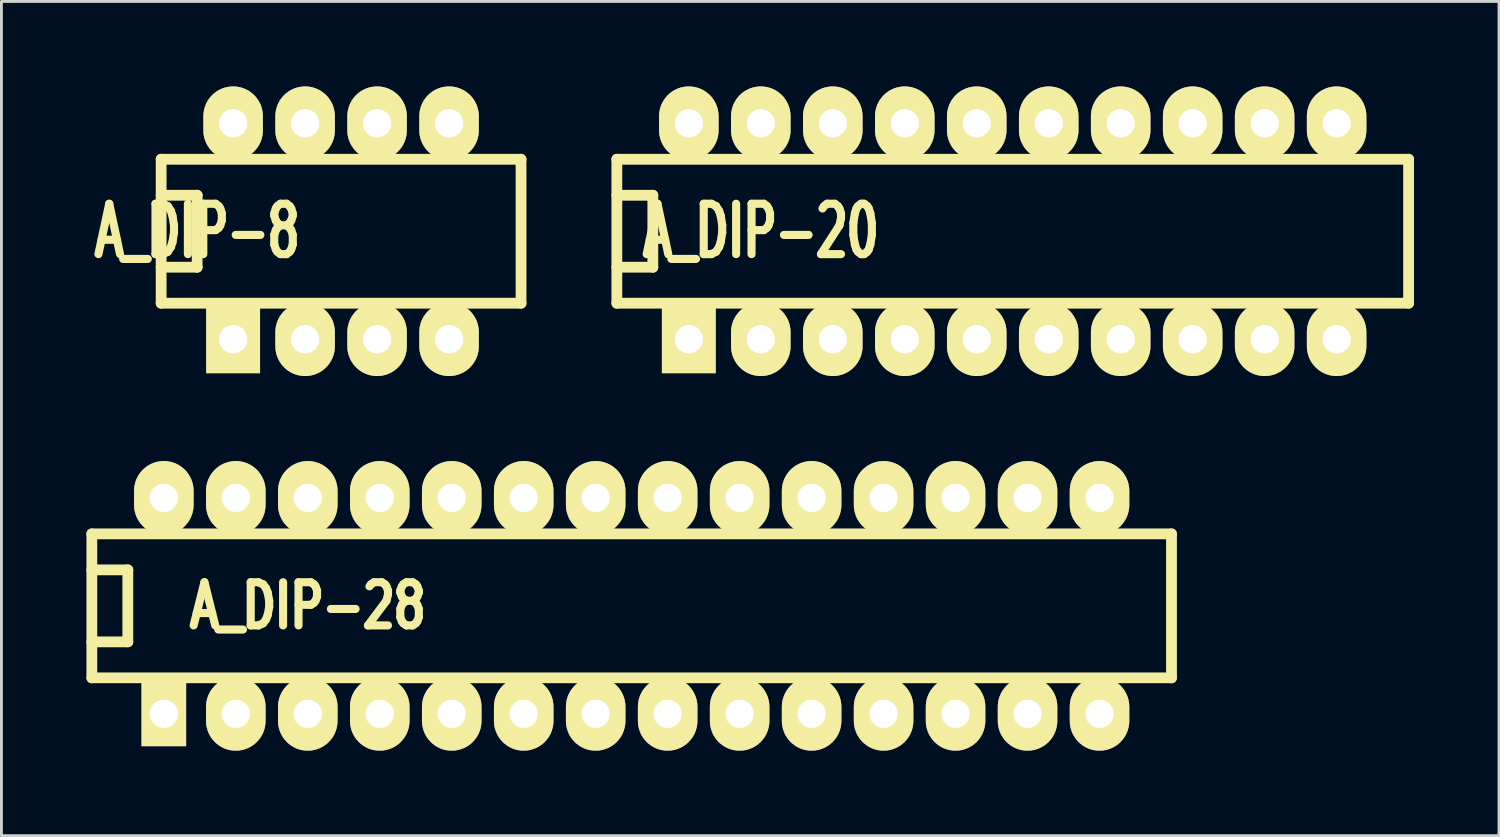
<source format=kicad_pcb>
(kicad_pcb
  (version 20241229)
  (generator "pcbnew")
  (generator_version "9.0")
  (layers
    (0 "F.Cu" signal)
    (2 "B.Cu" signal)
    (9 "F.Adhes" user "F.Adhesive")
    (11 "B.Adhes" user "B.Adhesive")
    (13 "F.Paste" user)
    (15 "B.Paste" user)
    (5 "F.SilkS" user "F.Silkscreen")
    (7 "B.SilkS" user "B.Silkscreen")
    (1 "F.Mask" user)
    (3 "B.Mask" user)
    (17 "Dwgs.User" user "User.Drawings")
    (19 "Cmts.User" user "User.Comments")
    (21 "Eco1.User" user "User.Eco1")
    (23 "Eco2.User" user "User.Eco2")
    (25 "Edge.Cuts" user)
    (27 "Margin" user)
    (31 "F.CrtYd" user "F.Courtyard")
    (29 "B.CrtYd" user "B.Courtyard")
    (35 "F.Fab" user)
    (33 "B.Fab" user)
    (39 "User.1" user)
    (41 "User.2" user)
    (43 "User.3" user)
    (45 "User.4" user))
  (footprint "A_DIP-20"
    (layer "F.Cu")
    (at 32.688 5.11)
    (property "Reference" "A_DIP-20" (at -8.89 0 0) (layer "F.SilkS") (effects (font (size 1.778 1.143) (thickness 0.286))))
    (attr through_hole)
    (fp_line (start -13.97 -2.54) (end 13.97 -2.54) (stroke (width 0.381) (type solid)) (layer "F.SilkS"))
    (fp_line (start -13.97 -1.27) (end -12.7 -1.27) (stroke (width 0.381) (type solid)) (layer "F.SilkS"))
    (fp_line (start -13.97 2.54) (end -13.97 -2.54) (stroke (width 0.381) (type solid)) (layer "F.SilkS"))
    (fp_line (start -12.7 -1.27) (end -12.7 1.27) (stroke (width 0.381) (type solid)) (layer "F.SilkS"))
    (fp_line (start -12.7 1.27) (end -13.97 1.27) (stroke (width 0.381) (type solid)) (layer "F.SilkS"))
    (fp_line (start 13.97 -2.54) (end 13.97 2.54) (stroke (width 0.381) (type solid)) (layer "F.SilkS"))
    (fp_line (start 13.97 2.54) (end -13.97 2.54) (stroke (width 0.381) (type solid)) (layer "F.SilkS"))
    (pad "1" thru_hole rect (at -11.43 3.81) (size 1.9 2.4) (drill 1) (layers "*.Cu" "*.Mask" "F.SilkS"))
    (pad "2" thru_hole oval (at -8.89 3.81) (size 2.1 2.6) (drill 1) (layers "*.Cu" "*.Mask" "F.SilkS"))
    (pad "3" thru_hole oval (at -6.35 3.81) (size 2.1 2.6) (drill 1) (layers "*.Cu" "*.Mask" "F.SilkS"))
    (pad "4" thru_hole oval (at -3.81 3.81) (size 2.1 2.6) (drill 1) (layers "*.Cu" "*.Mask" "F.SilkS"))
    (pad "5" thru_hole oval (at -1.27 3.81) (size 2.1 2.6) (drill 1) (layers "*.Cu" "*.Mask" "F.SilkS"))
    (pad "6" thru_hole oval (at 1.27 3.81) (size 2.1 2.6) (drill 1) (layers "*.Cu" "*.Mask" "F.SilkS"))
    (pad "7" thru_hole oval (at 3.81 3.81) (size 2.1 2.6) (drill 1) (layers "*.Cu" "*.Mask" "F.SilkS"))
    (pad "8" thru_hole oval (at 6.35 3.81) (size 2.1 2.6) (drill 1) (layers "*.Cu" "*.Mask" "F.SilkS"))
    (pad "9" thru_hole oval (at 8.89 3.81) (size 2.1 2.6) (drill 1) (layers "*.Cu" "*.Mask" "F.SilkS"))
    (pad "10" thru_hole oval (at 11.43 3.81) (size 2.1 2.6) (drill 1) (layers "*.Cu" "*.Mask" "F.SilkS"))
    (pad "11" thru_hole oval (at 11.43 -3.81) (size 2.1 2.6) (drill 1) (layers "*.Cu" "*.Mask" "F.SilkS"))
    (pad "12" thru_hole oval (at 8.89 -3.81) (size 2.1 2.6) (drill 1) (layers "*.Cu" "*.Mask" "F.SilkS"))
    (pad "13" thru_hole oval (at 6.35 -3.81) (size 2.1 2.6) (drill 1) (layers "*.Cu" "*.Mask" "F.SilkS"))
    (pad "14" thru_hole oval (at 3.81 -3.81) (size 2.1 2.6) (drill 1) (layers "*.Cu" "*.Mask" "F.SilkS"))
    (pad "15" thru_hole oval (at 1.27 -3.81) (size 2.1 2.6) (drill 1) (layers "*.Cu" "*.Mask" "F.SilkS"))
    (pad "16" thru_hole oval (at -1.27 -3.81) (size 2.1 2.6) (drill 1) (layers "*.Cu" "*.Mask" "F.SilkS"))
    (pad "17" thru_hole oval (at -3.81 -3.81) (size 2.1 2.6) (drill 1) (layers "*.Cu" "*.Mask" "F.SilkS"))
    (pad "18" thru_hole oval (at -6.35 -3.81) (size 2.1 2.6) (drill 1) (layers "*.Cu" "*.Mask" "F.SilkS"))
    (pad "19" thru_hole oval (at -8.89 -3.81) (size 2.1 2.6) (drill 1) (layers "*.Cu" "*.Mask" "F.SilkS"))
    (pad "20" thru_hole oval (at -11.43 -3.81) (size 2.1 2.6) (drill 1) (layers "*.Cu" "*.Mask" "F.SilkS")))
  (footprint "A_DIP-8"
    (layer "F.Cu")
    (at 7.717 5.11)
    (property "Reference" "A_DIP-8" (at -3.81 0 0) (layer "F.SilkS") (effects (font (size 1.778 1.143) (thickness 0.286))))
    (attr through_hole)
    (fp_line (start -5.08 -1.27) (end -3.81 -1.27) (stroke (width 0.381) (type solid)) (layer "F.SilkS"))
    (fp_line (start -5.08 2.54) (end -5.08 -2.54) (stroke (width 0.381) (type solid)) (layer "F.SilkS"))
    (fp_line (start -5.08 2.54) (end 7.62 2.54) (stroke (width 0.381) (type solid)) (layer "F.SilkS"))
    (fp_line (start -3.81 -1.27) (end -3.81 1.27) (stroke (width 0.381) (type solid)) (layer "F.SilkS"))
    (fp_line (start -3.81 1.27) (end -5.08 1.27) (stroke (width 0.381) (type solid)) (layer "F.SilkS"))
    (fp_line (start 7.62 -2.54) (end -5.08 -2.54) (stroke (width 0.381) (type solid)) (layer "F.SilkS"))
    (fp_line (start 7.62 -2.54) (end 7.62 2.54) (stroke (width 0.381) (type solid)) (layer "F.SilkS"))
    (pad "1" thru_hole rect (at -2.54 3.81) (size 1.9 2.4) (drill 1) (layers "*.Cu" "*.Mask" "F.SilkS"))
    (pad "2" thru_hole oval (at 0 3.81) (size 2.1 2.6) (drill 1) (layers "*.Cu" "*.Mask" "F.SilkS"))
    (pad "3" thru_hole oval (at 2.54 3.81) (size 2.1 2.6) (drill 1) (layers "*.Cu" "*.Mask" "F.SilkS"))
    (pad "4" thru_hole oval (at 5.08 3.81) (size 2.1 2.6) (drill 1) (layers "*.Cu" "*.Mask" "F.SilkS"))
    (pad "5" thru_hole oval (at 5.08 -3.81) (size 2.1 2.6) (drill 1) (layers "*.Cu" "*.Mask" "F.SilkS"))
    (pad "6" thru_hole oval (at 2.54 -3.81) (size 2.1 2.6) (drill 1) (layers "*.Cu" "*.Mask" "F.SilkS"))
    (pad "7" thru_hole oval (at 0 -3.81) (size 2.1 2.6) (drill 1) (layers "*.Cu" "*.Mask" "F.SilkS"))
    (pad "8" thru_hole oval (at -2.54 -3.81) (size 2.1 2.6) (drill 1) (layers "*.Cu" "*.Mask" "F.SilkS")))
  (footprint "A_DIP-28"
    (layer "F.Cu")
    (at 19.241 18.33)
    (property "Reference" "A_DIP-28" (at -11.43 0 0) (layer "F.SilkS") (effects (font (size 1.524 1.143) (thickness 0.286))))
    (attr through_hole)
    (fp_line (start -19.05 -2.54) (end 19.05 -2.54) (stroke (width 0.381) (type solid)) (layer "F.SilkS"))
    (fp_line (start -19.05 -1.27) (end -17.78 -1.27) (stroke (width 0.381) (type solid)) (layer "F.SilkS"))
    (fp_line (start -19.05 2.54) (end -19.05 -2.54) (stroke (width 0.381) (type solid)) (layer "F.SilkS"))
    (fp_line (start -17.78 -1.27) (end -17.78 1.27) (stroke (width 0.381) (type solid)) (layer "F.SilkS"))
    (fp_line (start -17.78 1.27) (end -19.05 1.27) (stroke (width 0.381) (type solid)) (layer "F.SilkS"))
    (fp_line (start 19.05 -2.54) (end 19.05 2.54) (stroke (width 0.381) (type solid)) (layer "F.SilkS"))
    (fp_line (start 19.05 2.54) (end -19.05 2.54) (stroke (width 0.381) (type solid)) (layer "F.SilkS"))
    (pad "1" thru_hole rect (at -16.51 3.81) (size 1.575 2.286) (drill 1) (layers "*.Cu" "*.Mask" "F.SilkS"))
    (pad "2" thru_hole oval (at -13.97 3.81) (size 2.1 2.6) (drill 1) (layers "*.Cu" "*.Mask" "F.SilkS"))
    (pad "3" thru_hole oval (at -11.43 3.81) (size 2.1 2.6) (drill 1) (layers "*.Cu" "*.Mask" "F.SilkS"))
    (pad "4" thru_hole oval (at -8.89 3.81) (size 2.1 2.6) (drill 1) (layers "*.Cu" "*.Mask" "F.SilkS"))
    (pad "5" thru_hole oval (at -6.35 3.81) (size 2.1 2.6) (drill 1) (layers "*.Cu" "*.Mask" "F.SilkS"))
    (pad "6" thru_hole oval (at -3.81 3.81) (size 2.1 2.6) (drill 1) (layers "*.Cu" "*.Mask" "F.SilkS"))
    (pad "7" thru_hole oval (at -1.27 3.81) (size 2.1 2.6) (drill 1) (layers "*.Cu" "*.Mask" "F.SilkS"))
    (pad "8" thru_hole oval (at 1.27 3.81) (size 2.1 2.6) (drill 1) (layers "*.Cu" "*.Mask" "F.SilkS"))
    (pad "9" thru_hole oval (at 3.81 3.81) (size 2.1 2.6) (drill 1) (layers "*.Cu" "*.Mask" "F.SilkS"))
    (pad "10" thru_hole oval (at 6.35 3.81) (size 2.1 2.6) (drill 1) (layers "*.Cu" "*.Mask" "F.SilkS"))
    (pad "11" thru_hole oval (at 8.89 3.81) (size 2.1 2.6) (drill 1) (layers "*.Cu" "*.Mask" "F.SilkS"))
    (pad "12" thru_hole oval (at 11.43 3.81) (size 2.1 2.6) (drill 1) (layers "*.Cu" "*.Mask" "F.SilkS"))
    (pad "13" thru_hole oval (at 13.97 3.81) (size 2.1 2.6) (drill 1) (layers "*.Cu" "*.Mask" "F.SilkS"))
    (pad "14" thru_hole oval (at 16.51 3.81) (size 2.1 2.6) (drill 1) (layers "*.Cu" "*.Mask" "F.SilkS"))
    (pad "15" thru_hole oval (at 16.51 -3.81) (size 2.1 2.6) (drill 1) (layers "*.Cu" "*.Mask" "F.SilkS"))
    (pad "16" thru_hole oval (at 13.97 -3.81) (size 2.1 2.6) (drill 1) (layers "*.Cu" "*.Mask" "F.SilkS"))
    (pad "17" thru_hole oval (at 11.43 -3.81) (size 2.1 2.6) (drill 1) (layers "*.Cu" "*.Mask" "F.SilkS"))
    (pad "18" thru_hole oval (at 8.89 -3.81) (size 2.1 2.6) (drill 1) (layers "*.Cu" "*.Mask" "F.SilkS"))
    (pad "19" thru_hole oval (at 6.35 -3.81) (size 2.1 2.6) (drill 1) (layers "*.Cu" "*.Mask" "F.SilkS"))
    (pad "20" thru_hole oval (at 3.81 -3.81) (size 2.1 2.6) (drill 1) (layers "*.Cu" "*.Mask" "F.SilkS"))
    (pad "21" thru_hole oval (at 1.27 -3.81) (size 2.1 2.6) (drill 1) (layers "*.Cu" "*.Mask" "F.SilkS"))
    (pad "22" thru_hole oval (at -1.27 -3.81) (size 2.1 2.6) (drill 1) (layers "*.Cu" "*.Mask" "F.SilkS"))
    (pad "23" thru_hole oval (at -3.81 -3.81) (size 2.1 2.6) (drill 1) (layers "*.Cu" "*.Mask" "F.SilkS"))
    (pad "24" thru_hole oval (at -6.35 -3.81) (size 2.1 2.6) (drill 1) (layers "*.Cu" "*.Mask" "F.SilkS"))
    (pad "25" thru_hole oval (at -8.89 -3.81) (size 2.1 2.6) (drill 1) (layers "*.Cu" "*.Mask" "F.SilkS"))
    (pad "26" thru_hole oval (at -11.43 -3.81) (size 2.1 2.6) (drill 1) (layers "*.Cu" "*.Mask" "F.SilkS"))
    (pad "27" thru_hole oval (at -13.97 -3.81) (size 2.1 2.6) (drill 1) (layers "*.Cu" "*.Mask" "F.SilkS"))
    (pad "28" thru_hole oval (at -16.51 -3.81) (size 2.1 2.6) (drill 1) (layers "*.Cu" "*.Mask" "F.SilkS")))
  (gr_rect
    (start -3 -3)
    (end 49.848 26.44)
    (stroke (width 0.1) (type default))
    (fill no)
    (layer "Edge.Cuts")))
</source>
